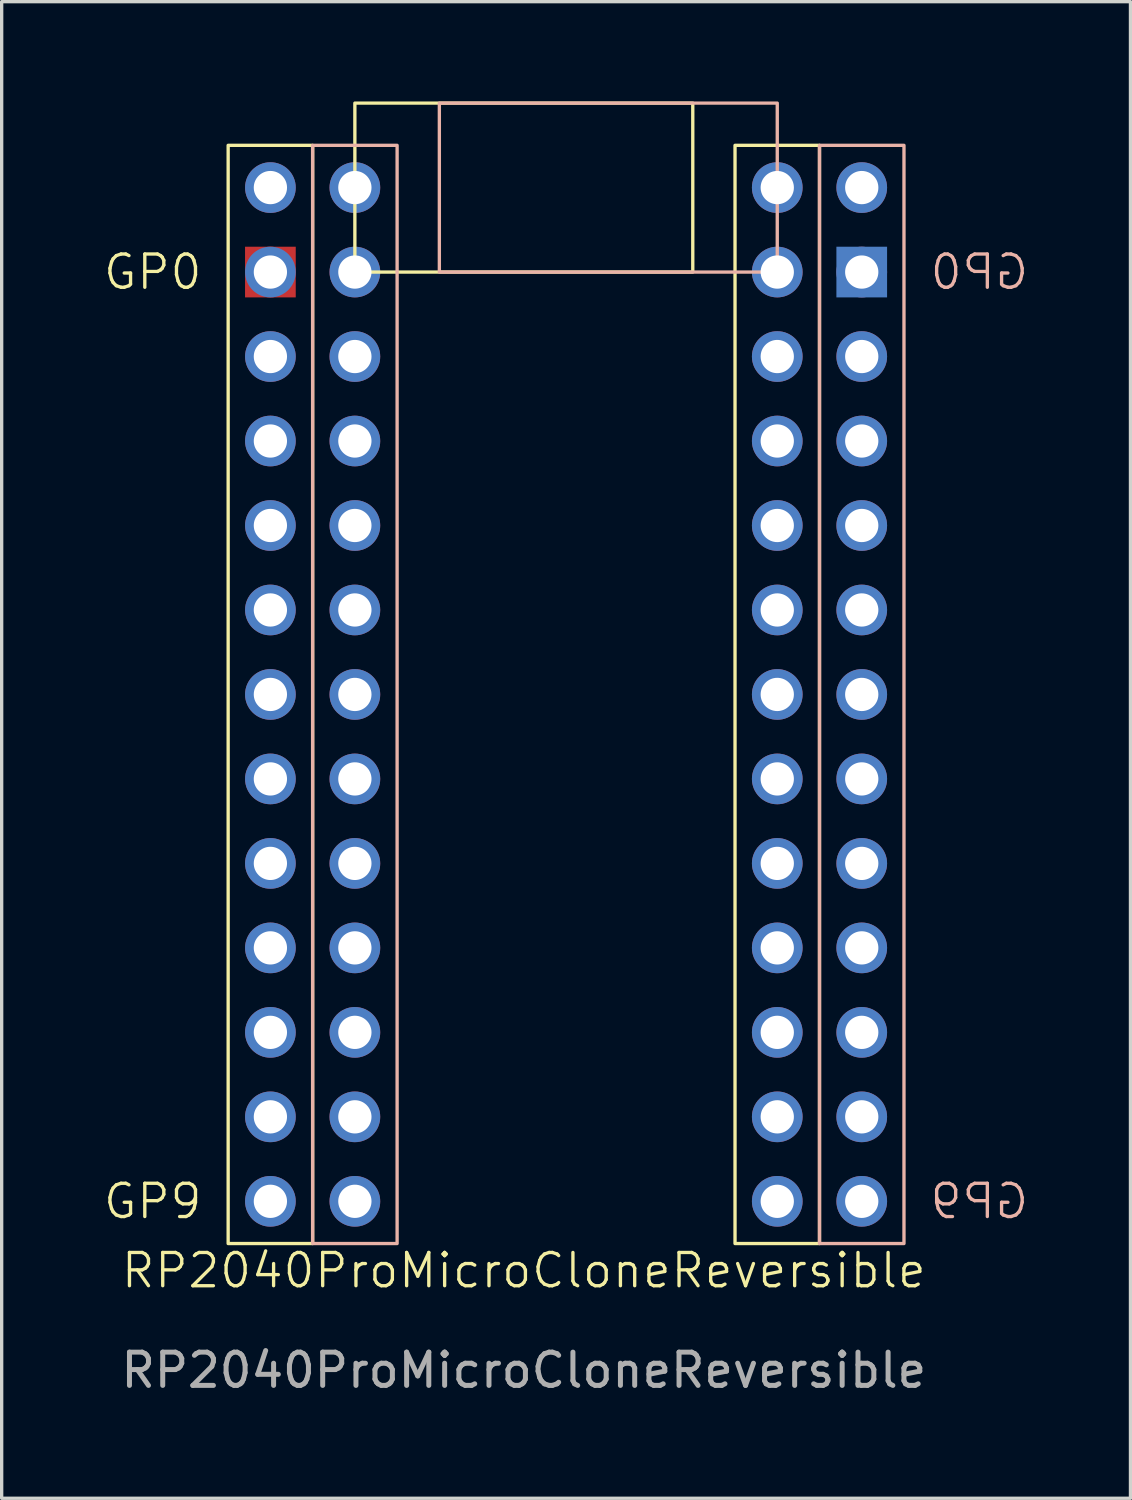
<source format=kicad_pcb>
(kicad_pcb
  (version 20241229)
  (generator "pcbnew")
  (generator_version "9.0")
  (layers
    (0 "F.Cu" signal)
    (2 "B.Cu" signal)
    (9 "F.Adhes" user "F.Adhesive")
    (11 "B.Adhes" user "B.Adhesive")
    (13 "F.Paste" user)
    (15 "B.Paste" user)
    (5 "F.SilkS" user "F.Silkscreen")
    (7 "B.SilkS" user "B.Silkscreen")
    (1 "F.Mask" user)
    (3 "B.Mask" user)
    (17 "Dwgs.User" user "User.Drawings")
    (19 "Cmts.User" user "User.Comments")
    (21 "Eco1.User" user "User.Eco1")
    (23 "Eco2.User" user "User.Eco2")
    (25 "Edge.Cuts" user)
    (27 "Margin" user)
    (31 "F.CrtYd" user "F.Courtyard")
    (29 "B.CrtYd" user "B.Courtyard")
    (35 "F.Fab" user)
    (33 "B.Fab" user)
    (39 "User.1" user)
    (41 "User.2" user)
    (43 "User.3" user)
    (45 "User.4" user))
  (footprint "RP2040ProMicroCloneReversible"
    (layer "F.Cu")
    (at 12.7 17.83)
    (property "Reference" "RP2040ProMicroCloneReversible" (at 0 17.32 0) (unlocked yes) (layer "F.SilkS") (effects (font (size 1 1) (thickness 0.1))))
    (attr through_hole)
    (fp_rect (start -6.35 -16.51) (end -8.89 16.51) (stroke (width 0.1) (type default)) (fill no) (layer "F.SilkS"))
    (fp_rect (start -5.08 -17.78) (end 5.08 -12.7) (stroke (width 0.1) (type default)) (fill no) (layer "F.SilkS"))
    (fp_rect (start 8.89 -16.51) (end 6.35 16.51) (stroke (width 0.1) (type default)) (fill no) (layer "F.SilkS"))
    (fp_rect (start -3.81 -16.51) (end -6.35 16.51) (stroke (width 0.1) (type default)) (fill no) (layer "B.SilkS"))
    (fp_rect (start 7.62 -17.78) (end -2.54 -12.7) (stroke (width 0.1) (type default)) (fill no) (layer "B.SilkS"))
    (fp_rect (start 11.43 -16.51) (end 8.89 16.51) (stroke (width 0.1) (type default)) (fill no) (layer "B.SilkS"))
    (fp_text user "GP9" (at -12.7 15.24 0) (unlocked yes) (layer "F.SilkS") (effects (font (size 1 1) (thickness 0.1)) (justify left)))
    (fp_text user "GP0" (at -12.7 -12.7 0) (unlocked yes) (layer "F.SilkS") (effects (font (size 1 1) (thickness 0.1)) (justify left)))
    (fp_text user "GP9" (at 15.24 15.24 0) (unlocked yes) (layer "B.SilkS") (effects (font (size 1 1) (thickness 0.1)) (justify left mirror)))
    (fp_text user "GP0" (at 15.24 -12.7 0) (unlocked yes) (layer "B.SilkS") (effects (font (size 1 1) (thickness 0.1)) (justify left mirror)))
    (fp_text user "${REFERENCE}" (at 0 20.32 0) (unlocked yes) (layer "F.Fab") (effects (font (size 1 1) (thickness 0.15))))
    (pad "0" thru_hole circle (at -7.62 -12.7) (size 1.524 1.524) (drill 1) (layers "*.Cu" "*.Mask"))
    (pad "0" smd rect (at -7.62 -12.7) (size 1.524 1.524) (layers "F.Cu" "F.Mask"))
    (pad "0" thru_hole circle (at 10.16 -12.7) (size 1.524 1.524) (drill 1) (layers "*.Cu" "*.Mask"))
    (pad "0" smd rect (at 10.16 -12.7) (size 1.524 1.524) (layers "B.Cu" "B.Mask"))
    (pad "1" thru_hole circle (at -7.62 -10.16) (size 1.524 1.524) (drill 1) (layers "*.Cu" "*.Mask"))
    (pad "1" thru_hole circle (at 10.16 -10.16) (size 1.524 1.524) (drill 1) (layers "*.Cu" "*.Mask"))
    (pad "2" thru_hole circle (at -7.62 -2.54) (size 1.524 1.524) (drill 1) (layers "*.Cu" "*.Mask"))
    (pad "2" thru_hole circle (at 10.16 -2.54) (size 1.524 1.524) (drill 1) (layers "*.Cu" "*.Mask"))
    (pad "3" thru_hole circle (at -7.62 0) (size 1.524 1.524) (drill 1) (layers "*.Cu" "*.Mask"))
    (pad "3" thru_hole circle (at 10.16 0) (size 1.524 1.524) (drill 1) (layers "*.Cu" "*.Mask"))
    (pad "3V3" thru_hole circle (at -5.08 -5.08) (size 1.524 1.524) (drill 1) (layers "*.Cu" "*.Mask"))
    (pad "3V3" thru_hole circle (at 7.62 -5.08) (size 1.524 1.524) (drill 1) (layers "*.Cu" "*.Mask"))
    (pad "4" thru_hole circle (at -7.62 2.54) (size 1.524 1.524) (drill 1) (layers "*.Cu" "*.Mask"))
    (pad "4" thru_hole circle (at 10.16 2.54) (size 1.524 1.524) (drill 1) (layers "*.Cu" "*.Mask"))
    (pad "5" thru_hole circle (at -7.62 5.08) (size 1.524 1.524) (drill 1) (layers "*.Cu" "*.Mask"))
    (pad "5" thru_hole circle (at 10.16 5.08) (size 1.524 1.524) (drill 1) (layers "*.Cu" "*.Mask"))
    (pad "6" thru_hole circle (at -7.62 7.62) (size 1.524 1.524) (drill 1) (layers "*.Cu" "*.Mask"))
    (pad "6" thru_hole circle (at 10.16 7.62) (size 1.524 1.524) (drill 1) (layers "*.Cu" "*.Mask"))
    (pad "7" thru_hole circle (at -7.62 10.16) (size 1.524 1.524) (drill 1) (layers "*.Cu" "*.Mask"))
    (pad "7" thru_hole circle (at 10.16 10.16) (size 1.524 1.524) (drill 1) (layers "*.Cu" "*.Mask"))
    (pad "8" thru_hole circle (at -7.62 12.7) (size 1.524 1.524) (drill 1) (layers "*.Cu" "*.Mask"))
    (pad "8" thru_hole circle (at 10.16 12.7) (size 1.524 1.524) (drill 1) (layers "*.Cu" "*.Mask"))
    (pad "9" thru_hole circle (at -7.62 15.24) (size 1.524 1.524) (drill 1) (layers "*.Cu" "*.Mask"))
    (pad "9" thru_hole circle (at 10.16 15.24) (size 1.524 1.524) (drill 1) (layers "*.Cu" "*.Mask"))
    (pad "10" thru_hole circle (at -7.62 -15.24) (size 1.524 1.524) (drill 1) (layers "*.Cu" "*.Mask"))
    (pad "10" thru_hole circle (at 10.16 -15.24) (size 1.524 1.524) (drill 1) (layers "*.Cu" "*.Mask"))
    (pad "11" thru_hole circle (at -5.08 -15.24) (size 1.524 1.524) (drill 1) (layers "*.Cu" "*.Mask"))
    (pad "11" thru_hole circle (at 7.62 -15.24) (size 1.524 1.524) (drill 1) (layers "*.Cu" "*.Mask"))
    (pad "20" thru_hole circle (at -5.08 10.16) (size 1.524 1.524) (drill 1) (layers "*.Cu" "*.Mask"))
    (pad "20" thru_hole circle (at 7.62 10.16) (size 1.524 1.524) (drill 1) (layers "*.Cu" "*.Mask"))
    (pad "21" thru_hole circle (at -5.08 15.24) (size 1.524 1.524) (drill 1) (layers "*.Cu" "*.Mask"))
    (pad "21" thru_hole circle (at 7.62 15.24) (size 1.524 1.524) (drill 1) (layers "*.Cu" "*.Mask"))
    (pad "22" thru_hole circle (at -5.08 7.62) (size 1.524 1.524) (drill 1) (layers "*.Cu" "*.Mask"))
    (pad "22" thru_hole circle (at 7.62 7.62) (size 1.524 1.524) (drill 1) (layers "*.Cu" "*.Mask"))
    (pad "23" thru_hole circle (at -5.08 12.7) (size 1.524 1.524) (drill 1) (layers "*.Cu" "*.Mask"))
    (pad "23" thru_hole circle (at 7.62 12.7) (size 1.524 1.524) (drill 1) (layers "*.Cu" "*.Mask"))
    (pad "26" thru_hole circle (at -5.08 5.08) (size 1.524 1.524) (drill 1) (layers "*.Cu" "*.Mask"))
    (pad "26" thru_hole circle (at 7.62 5.08) (size 1.524 1.524) (drill 1) (layers "*.Cu" "*.Mask"))
    (pad "27" thru_hole circle (at -5.08 2.54) (size 1.524 1.524) (drill 1) (layers "*.Cu" "*.Mask"))
    (pad "27" thru_hole circle (at 7.62 2.54) (size 1.524 1.524) (drill 1) (layers "*.Cu" "*.Mask"))
    (pad "28" thru_hole circle (at -5.08 0) (size 1.524 1.524) (drill 1) (layers "*.Cu" "*.Mask"))
    (pad "28" thru_hole circle (at 7.62 0) (size 1.524 1.524) (drill 1) (layers "*.Cu" "*.Mask"))
    (pad "29" thru_hole circle (at -5.08 -2.54) (size 1.524 1.524) (drill 1) (layers "*.Cu" "*.Mask"))
    (pad "29" thru_hole circle (at 7.62 -2.54) (size 1.524 1.524) (drill 1) (layers "*.Cu" "*.Mask"))
    (pad "G" thru_hole circle (at -7.62 -7.62) (size 1.524 1.524) (drill 1) (layers "*.Cu" "*.Mask"))
    (pad "G" thru_hole circle (at -7.62 -5.08) (size 1.524 1.524) (drill 1) (layers "*.Cu" "*.Mask"))
    (pad "G" thru_hole circle (at -5.08 -10.16) (size 1.524 1.524) (drill 1) (layers "*.Cu" "*.Mask"))
    (pad "G" thru_hole circle (at 7.62 -10.16) (size 1.524 1.524) (drill 1) (layers "*.Cu" "*.Mask"))
    (pad "G" thru_hole circle (at 10.16 -7.62) (size 1.524 1.524) (drill 1) (layers "*.Cu" "*.Mask"))
    (pad "G" thru_hole circle (at 10.16 -5.08) (size 1.524 1.524) (drill 1) (layers "*.Cu" "*.Mask"))
    (pad "RST" thru_hole circle (at -5.08 -7.62) (size 1.524 1.524) (drill 1) (layers "*.Cu" "*.Mask"))
    (pad "RST" thru_hole circle (at 7.62 -7.62) (size 1.524 1.524) (drill 1) (layers "*.Cu" "*.Mask"))
    (pad "VRAW" thru_hole circle (at -5.08 -12.7) (size 1.524 1.524) (drill 1) (layers "*.Cu" "*.Mask"))
    (pad "VRAW" thru_hole circle (at 7.62 -12.7) (size 1.524 1.524) (drill 1) (layers "*.Cu" "*.Mask")))
  (gr_rect
    (start -3 -3)
    (end 30.94 41.998)
    (stroke (width 0.1) (type default))
    (fill no)
    (layer "Edge.Cuts")))
</source>
